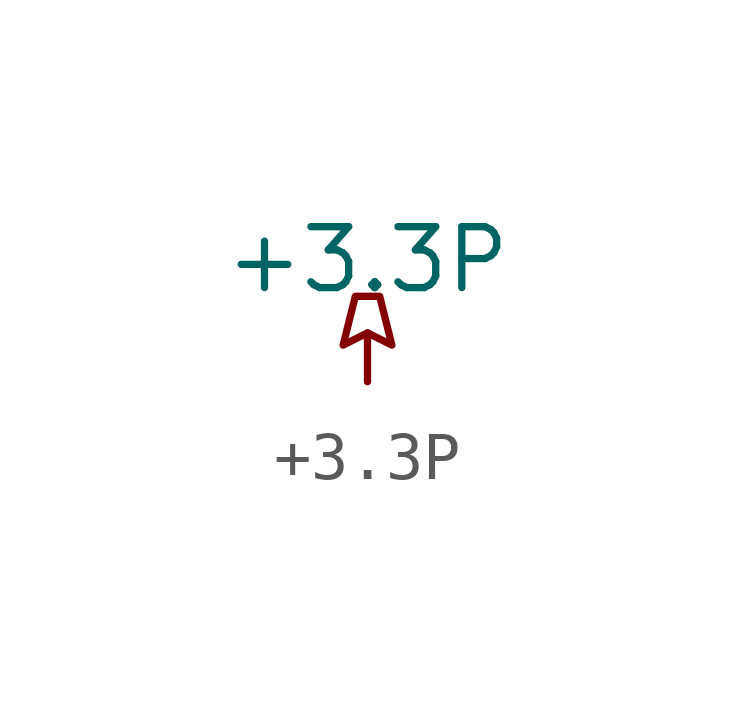
<source format=kicad_sym>
(kicad_symbol_lib
  (version 20211014)
  (generator kicad_symbol_editor)
  (symbol "+3.3P"
    (power)
    (pin_names
      (offset 0))
    (property "Reference" "#PWR"
      (at 3.81 -1.27 0)
      (effects (font (size 1.27 1.27)) hide))
    (property "Value" "+3.3P"
      (at 0 2.54 0)
      (effects (font (size 1.27 1.27))))
    (symbol "+3.3P_0_0"
      (pin power_in line (at 0 0 90) (length 0) hide (name "+3.3P" (effects (font (size 1.27 1.27)))) (number "1" (effects (font (size 1.27 1.27))))))
    (symbol "+3.3P_0_1"
      (polyline (pts (xy 0 0) (xy 0 1.016) (xy 0 1.016)) (stroke (width 0) (type default) (color 0 0 0 0)) (fill (type none)))
      (polyline (pts (xy 0.508 0.762) (xy 0 1.016) (xy -0.508 0.762) (xy -0.254 1.778) (xy 0.254 1.778) (xy 0.508 0.762) (xy 0.508 0.762)) (stroke (width 0) (type default) (color 0 0 0 0)) (fill (type none))))))
</source>
